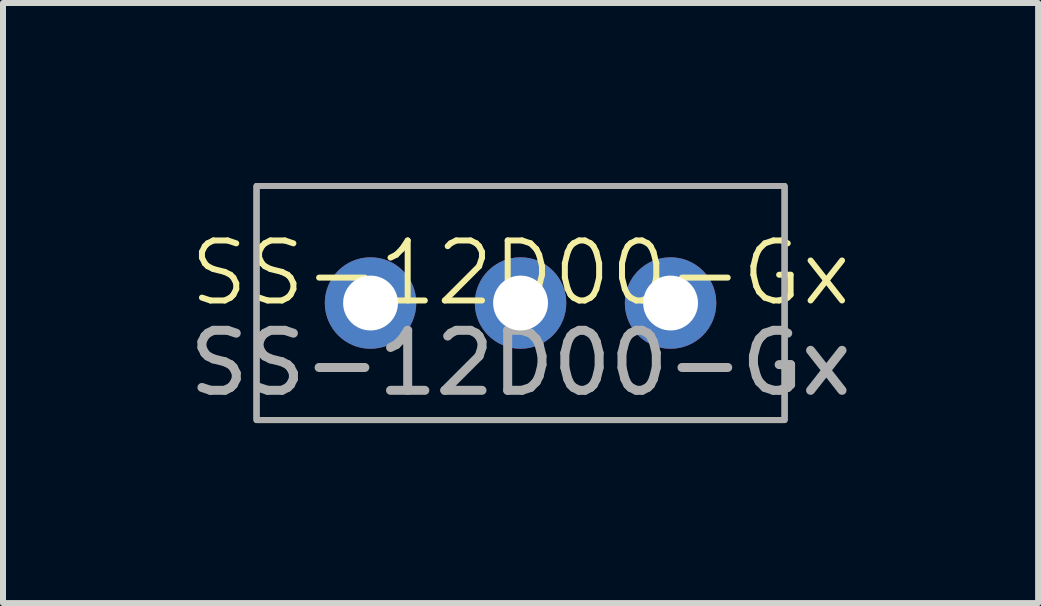
<source format=kicad_pcb>
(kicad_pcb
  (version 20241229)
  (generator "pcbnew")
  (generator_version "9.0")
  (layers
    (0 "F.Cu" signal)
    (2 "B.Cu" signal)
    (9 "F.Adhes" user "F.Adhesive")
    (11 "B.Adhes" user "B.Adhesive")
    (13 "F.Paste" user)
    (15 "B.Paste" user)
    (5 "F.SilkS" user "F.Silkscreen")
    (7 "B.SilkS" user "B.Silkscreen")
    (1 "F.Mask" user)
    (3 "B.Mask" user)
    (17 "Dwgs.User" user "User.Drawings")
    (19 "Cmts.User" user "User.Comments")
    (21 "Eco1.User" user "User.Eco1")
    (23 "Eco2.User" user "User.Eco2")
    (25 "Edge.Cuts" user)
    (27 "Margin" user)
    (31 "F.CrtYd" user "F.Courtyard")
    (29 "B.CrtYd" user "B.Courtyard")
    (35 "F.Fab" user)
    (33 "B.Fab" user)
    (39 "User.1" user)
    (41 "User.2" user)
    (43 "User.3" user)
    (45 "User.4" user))
  (footprint "SS-12D00-Gx"
    (layer "F.Cu")
    (at 5.625 2)
    (property "Reference" "SS-12D00-Gx" (at 0 -0.5 0) (unlocked yes) (layer "F.SilkS") (effects (font (size 1 1) (thickness 0.1))))
    (attr smd)
    (fp_rect (start -4.4 -1.95) (end 4.4 1.95) (stroke (width 0.1) (type solid)) (fill no) (layer "F.SilkS"))
    (fp_rect (start -4.4 -1.95) (end 4.4 1.95) (stroke (width 0.1) (type solid)) (fill no) (layer "F.Fab"))
    (fp_text user "${REFERENCE}" (at 0 1 0) (unlocked yes) (layer "F.Fab") (effects (font (size 1 1) (thickness 0.15))))
    (pad "1" thru_hole circle (at -2.5 0) (size 1.524 1.524) (drill 0.914) (layers "*.Cu" "*.Mask"))
    (pad "2" thru_hole circle (at 0 0) (size 1.524 1.524) (drill 0.914) (layers "*.Cu" "*.Mask"))
    (pad "3" thru_hole circle (at 2.5 0) (size 1.524 1.524) (drill 0.914) (layers "*.Cu" "*.Mask")))
  (gr_rect
    (start -3 -3)
    (end 14.25 7)
    (stroke (width 0.1) (type default))
    (fill no)
    (layer "Edge.Cuts")))
</source>
